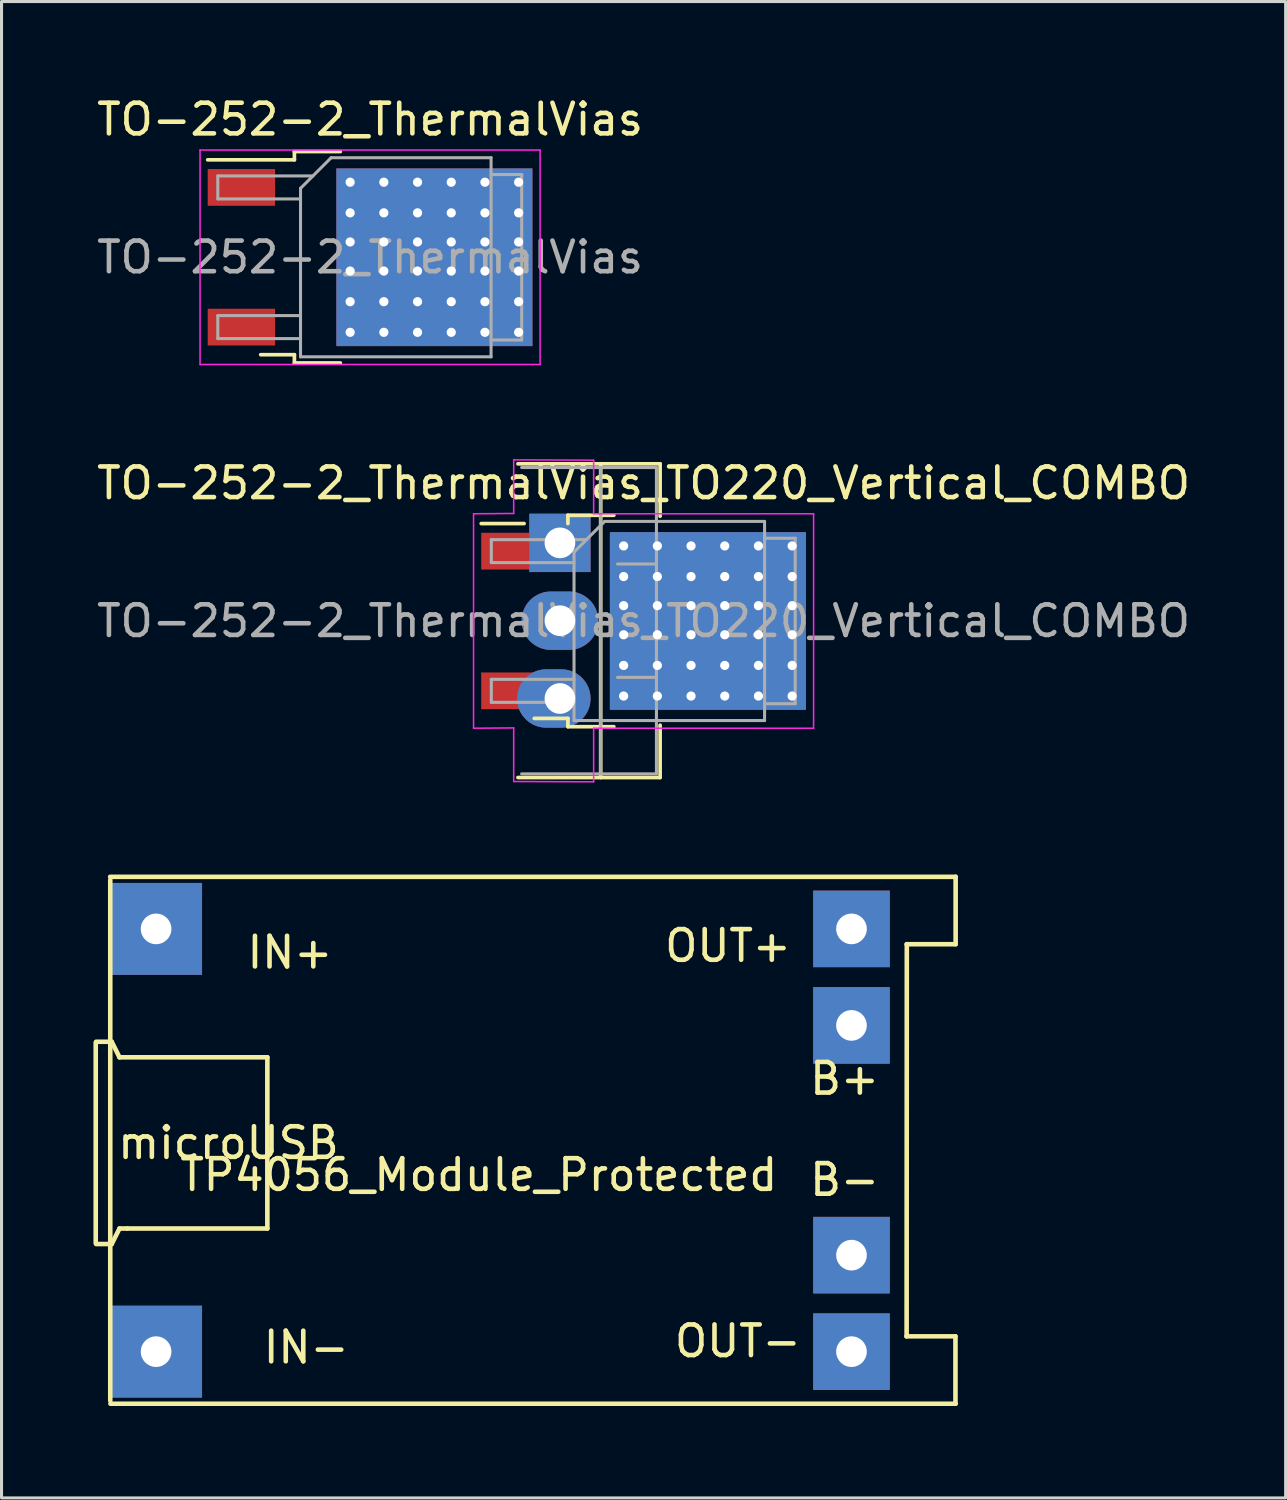
<source format=kicad_pcb>
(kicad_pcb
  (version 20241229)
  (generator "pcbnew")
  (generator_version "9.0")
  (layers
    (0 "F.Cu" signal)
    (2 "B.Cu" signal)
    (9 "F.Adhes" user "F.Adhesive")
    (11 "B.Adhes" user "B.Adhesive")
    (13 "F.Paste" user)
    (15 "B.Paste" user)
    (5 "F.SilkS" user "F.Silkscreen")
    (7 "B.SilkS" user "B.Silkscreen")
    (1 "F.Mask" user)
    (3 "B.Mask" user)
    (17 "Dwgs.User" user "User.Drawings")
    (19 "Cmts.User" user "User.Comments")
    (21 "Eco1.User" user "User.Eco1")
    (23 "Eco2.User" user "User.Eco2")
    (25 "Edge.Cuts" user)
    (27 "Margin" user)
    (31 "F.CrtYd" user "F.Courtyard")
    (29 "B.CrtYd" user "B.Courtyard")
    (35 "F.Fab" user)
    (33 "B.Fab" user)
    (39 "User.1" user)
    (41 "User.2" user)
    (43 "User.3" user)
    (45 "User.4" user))
  (footprint "TP4056_Module_Protected"
    (layer "F.Cu")
    (at 13.845 34.172)
    (property "Reference" "TP4056_Module_Protected" (at -1.266 1.13 0) (layer "F.SilkS") (effects (font (size 1 1) (thickness 0.15))))
    (attr through_hole)
    (fp_line (start -13.77 3.36) (end -13.77 -3.19) (stroke (width 0.15) (type solid)) (layer "F.SilkS"))
    (fp_line (start -13.756 -3.216) (end -13.248 -3.216) (stroke (width 0.15) (type solid)) (layer "F.SilkS"))
    (fp_line (start -13.756 3.388) (end -13.248 3.388) (stroke (width 0.15) (type solid)) (layer "F.SilkS"))
    (fp_line (start -13.3 -8.6) (end 14.3 -8.6) (stroke (width 0.15) (type solid)) (layer "F.SilkS"))
    (fp_line (start -13.296 8.5) (end -13.296 -8.5) (stroke (width 0.15) (type solid)) (layer "F.SilkS"))
    (fp_line (start -13.29 8.6) (end 14.3 8.6) (stroke (width 0.15) (type solid)) (layer "F.SilkS"))
    (fp_line (start -13.248 -3.216) (end -12.994 -2.708) (stroke (width 0.15) (type solid)) (layer "F.SilkS"))
    (fp_line (start -13.248 3.388) (end -12.994 2.88) (stroke (width 0.15) (type solid)) (layer "F.SilkS"))
    (fp_line (start -12.994 -2.708) (end -8.168 -2.708) (stroke (width 0.15) (type solid)) (layer "F.SilkS"))
    (fp_line (start -12.994 2.88) (end -12.74 2.88) (stroke (width 0.15) (type solid)) (layer "F.SilkS"))
    (fp_line (start -8.168 -2.708) (end -8.168 2.88) (stroke (width 0.15) (type solid)) (layer "F.SilkS"))
    (fp_line (start -8.168 2.88) (end -12.74 2.88) (stroke (width 0.15) (type solid)) (layer "F.SilkS"))
    (fp_line (start 12.694 6.4) (end 14.294 6.4) (stroke (width 0.15) (type solid)) (layer "F.SilkS"))
    (fp_line (start 12.706 -6.4) (end 12.7 6.4) (stroke (width 0.15) (type solid)) (layer "F.SilkS"))
    (fp_line (start 14.294 6.4) (end 14.294 8.6) (stroke (width 0.15) (type solid)) (layer "F.SilkS"))
    (fp_line (start 14.3 -8.6) (end 14.3 -6.4) (stroke (width 0.15) (type solid)) (layer "F.SilkS"))
    (fp_line (start 14.3 -6.4) (end 12.7 -6.4) (stroke (width 0.15) (type solid)) (layer "F.SilkS"))
    (fp_text user "B-" (at 10.674 1.29 0) (layer "F.SilkS") (effects (font (size 1 1) (thickness 0.15))))
    (fp_text user "IN+" (at -7.43 -6.13 0) (layer "F.SilkS") (effects (font (size 1 1) (thickness 0.15))))
    (fp_text user "OUT-" (at 7.19 6.556 0) (layer "F.SilkS") (effects (font (size 1 1) (thickness 0.15))))
    (fp_text user "OUT+" (at 6.87 -6.348 0) (layer "F.SilkS") (effects (font (size 1 1) (thickness 0.15))))
    (fp_text user "IN-" (at -6.9 6.76 0) (layer "F.SilkS") (effects (font (size 1 1) (thickness 0.15))))
    (fp_text user "microUSB" (at -9.438 0.086 180) (layer "F.SilkS") (effects (font (size 1 1) (thickness 0.15))))
    (fp_text user "B+" (at 10.674 -2.012 0) (layer "F.SilkS") (effects (font (size 1 1) (thickness 0.15))))
    (pad "1" thru_hole rect (at -11.8 -6.9) (size 3 3) (drill 1) (layers "*.Cu" "*.Mask"))
    (pad "2" thru_hole rect (at -11.8 6.9) (size 3 3) (drill 1) (layers "*.Cu" "*.Mask"))
    (pad "3" thru_hole rect (at 10.9 -3.75) (size 2.5 2.5) (drill 1) (layers "*.Cu" "*.Mask"))
    (pad "4" thru_hole rect (at 10.9 3.75) (size 2.5 2.5) (drill 1) (layers "*.Cu" "*.Mask"))
    (pad "5" thru_hole rect (at 10.9 -6.9) (size 2.5 2.5) (drill 1) (layers "*.Cu" "*.Mask"))
    (pad "6" thru_hole rect (at 10.9 6.9) (size 2.5 2.5) (drill 1) (layers "*.Cu" "*.Mask")))
  (footprint "TO-252-2_ThermalVias"
    (layer "F.Cu")
    (at 9.03 5.348)
    (property "Reference" "TO-252-2_ThermalVias" (at 0 -4.5 0) (layer "F.SilkS") (effects (font (size 1 1) (thickness 0.15))))
    (attr smd)
    (fp_line (start -2.47 -3.45) (end -2.47 -3.18) (stroke (width 0.12) (type solid)) (layer "F.SilkS"))
    (fp_line (start -2.47 -3.18) (end -5.3 -3.18) (stroke (width 0.12) (type solid)) (layer "F.SilkS"))
    (fp_line (start -2.47 3.18) (end -3.57 3.18) (stroke (width 0.12) (type solid)) (layer "F.SilkS"))
    (fp_line (start -2.47 3.45) (end -2.47 3.18) (stroke (width 0.12) (type solid)) (layer "F.SilkS"))
    (fp_line (start -0.97 -3.45) (end -2.47 -3.45) (stroke (width 0.12) (type solid)) (layer "F.SilkS"))
    (fp_line (start -0.97 3.45) (end -2.47 3.45) (stroke (width 0.12) (type solid)) (layer "F.SilkS"))
    (fp_line (start -5.55 -3.5) (end -5.55 3.5) (stroke (width 0.05) (type solid)) (layer "F.CrtYd"))
    (fp_line (start -5.55 3.5) (end 5.55 3.5) (stroke (width 0.05) (type solid)) (layer "F.CrtYd"))
    (fp_line (start 5.55 -3.5) (end -5.55 -3.5) (stroke (width 0.05) (type solid)) (layer "F.CrtYd"))
    (fp_line (start 5.55 3.5) (end 5.55 -3.5) (stroke (width 0.05) (type solid)) (layer "F.CrtYd"))
    (fp_line (start -4.97 -2.655) (end -4.97 -1.905) (stroke (width 0.1) (type solid)) (layer "F.Fab"))
    (fp_line (start -4.97 -1.905) (end -2.27 -1.905) (stroke (width 0.1) (type solid)) (layer "F.Fab"))
    (fp_line (start -4.97 1.905) (end -4.97 2.655) (stroke (width 0.1) (type solid)) (layer "F.Fab"))
    (fp_line (start -4.97 2.655) (end -2.27 2.655) (stroke (width 0.1) (type solid)) (layer "F.Fab"))
    (fp_line (start -2.27 -2.25) (end -1.27 -3.25) (stroke (width 0.1) (type solid)) (layer "F.Fab"))
    (fp_line (start -2.27 1.905) (end -4.97 1.905) (stroke (width 0.1) (type solid)) (layer "F.Fab"))
    (fp_line (start -2.27 3.25) (end -2.27 -2.25) (stroke (width 0.1) (type solid)) (layer "F.Fab"))
    (fp_line (start -1.865 -2.655) (end -4.97 -2.655) (stroke (width 0.1) (type solid)) (layer "F.Fab"))
    (fp_line (start -1.27 -3.25) (end 3.95 -3.25) (stroke (width 0.1) (type solid)) (layer "F.Fab"))
    (fp_line (start 3.95 -3.25) (end 3.95 3.25) (stroke (width 0.1) (type solid)) (layer "F.Fab"))
    (fp_line (start 3.95 -2.7) (end 4.95 -2.7) (stroke (width 0.1) (type solid)) (layer "F.Fab"))
    (fp_line (start 3.95 3.25) (end -2.27 3.25) (stroke (width 0.1) (type solid)) (layer "F.Fab"))
    (fp_line (start 4.95 -2.7) (end 4.95 2.7) (stroke (width 0.1) (type solid)) (layer "F.Fab"))
    (fp_line (start 4.95 2.7) (end 3.95 2.7) (stroke (width 0.1) (type solid)) (layer "F.Fab"))
    (fp_text user "${REFERENCE}" (at 0 0 0) (layer "F.Fab") (effects (font (size 1 1) (thickness 0.15))))
    (pad "" smd rect (at 0.425 -1.525) (size 3.05 2.75) (layers "F.Paste"))
    (pad "" smd rect (at 0.425 1.525) (size 3.05 2.75) (layers "F.Paste"))
    (pad "" smd rect (at 3.775 -1.525) (size 3.05 2.75) (layers "F.Paste"))
    (pad "" smd rect (at 3.775 1.525) (size 3.05 2.75) (layers "F.Paste"))
    (pad "1" smd rect (at -4.2 -2.28) (size 2.2 1.2) (layers "F.Cu" "F.Mask" "F.Paste"))
    (pad "2" thru_hole rect (at -0.65 -2.45) (size 0.6 0.6) (drill 0.3) (layers "*.Cu" "*.Mask"))
    (pad "2" thru_hole rect (at -0.65 -1.45) (size 0.6 0.6) (drill 0.3) (layers "*.Cu" "*.Mask"))
    (pad "2" thru_hole rect (at -0.65 -0.5) (size 0.6 0.6) (drill 0.3) (layers "*.Cu" "*.Mask"))
    (pad "2" thru_hole rect (at -0.65 0.45) (size 0.6 0.6) (drill 0.3) (layers "*.Cu" "*.Mask"))
    (pad "2" thru_hole rect (at -0.65 1.45) (size 0.6 0.6) (drill 0.3) (layers "*.Cu" "*.Mask"))
    (pad "2" thru_hole rect (at -0.65 2.45) (size 0.6 0.6) (drill 0.3) (layers "*.Cu" "*.Mask"))
    (pad "2" thru_hole rect (at 0.45 -2.45 180) (size 1 0.6) (drill 0.3 (offset 0.2 0)) (layers "*.Cu" "*.Mask"))
    (pad "2" thru_hole rect (at 0.45 -1.45 180) (size 1 0.6) (drill 0.3 (offset 0.2 0)) (layers "*.Cu" "*.Mask"))
    (pad "2" thru_hole rect (at 0.45 -0.5 180) (size 1 0.6) (drill 0.3 (offset 0.2 0)) (layers "*.Cu" "*.Mask"))
    (pad "2" thru_hole rect (at 0.45 0.45 180) (size 1 0.6) (drill 0.3 (offset 0.2 0)) (layers "*.Cu" "*.Mask"))
    (pad "2" thru_hole rect (at 0.45 1.45 180) (size 1 0.6) (drill 0.3 (offset 0.2 0)) (layers "*.Cu" "*.Mask"))
    (pad "2" thru_hole rect (at 0.45 2.45 180) (size 1 0.6) (drill 0.3 (offset 0.2 0)) (layers "*.Cu" "*.Mask"))
    (pad "2" thru_hole rect (at 1.55 -2.45 180) (size 1 0.6) (drill 0.3 (offset 0.2 0)) (layers "*.Cu" "*.Mask"))
    (pad "2" thru_hole rect (at 1.55 -1.45 180) (size 1 0.6) (drill 0.3 (offset 0.2 0)) (layers "*.Cu" "*.Mask"))
    (pad "2" thru_hole rect (at 1.55 -0.5 180) (size 1 0.6) (drill 0.3 (offset 0.2 0)) (layers "*.Cu" "*.Mask"))
    (pad "2" thru_hole rect (at 1.55 0.45 180) (size 1 0.6) (drill 0.3 (offset 0.2 0)) (layers "*.Cu" "*.Mask"))
    (pad "2" thru_hole rect (at 1.55 1.45 180) (size 1 0.6) (drill 0.3 (offset 0.2 0)) (layers "*.Cu" "*.Mask"))
    (pad "2" thru_hole rect (at 1.55 2.45 180) (size 1 0.6) (drill 0.3 (offset 0.2 0)) (layers "*.Cu" "*.Mask"))
    (pad "2" smd rect (at 2.1 0) (size 6.4 5.8) (layers "F.Cu" "F.Mask"))
    (pad "2" smd rect (at 2.1 0) (size 6.4 5.8) (layers "B.Cu" "B.Mask"))
    (pad "2" thru_hole rect (at 2.65 -2.45) (size 1 0.6) (drill 0.3) (layers "*.Cu" "*.Mask"))
    (pad "2" thru_hole rect (at 2.65 -1.45) (size 1 0.6) (drill 0.3) (layers "*.Cu" "*.Mask"))
    (pad "2" thru_hole rect (at 2.65 -0.5) (size 1 0.6) (drill 0.3) (layers "*.Cu" "*.Mask"))
    (pad "2" thru_hole rect (at 2.65 0.45) (size 1 0.6) (drill 0.3) (layers "*.Cu" "*.Mask"))
    (pad "2" thru_hole rect (at 2.65 1.45) (size 1 0.6) (drill 0.3) (layers "*.Cu" "*.Mask"))
    (pad "2" thru_hole rect (at 2.65 2.45) (size 1 0.6) (drill 0.3) (layers "*.Cu" "*.Mask"))
    (pad "2" thru_hole rect (at 3.75 -2.45) (size 1 0.6) (drill 0.3 (offset 0.2 0)) (layers "*.Cu" "*.Mask"))
    (pad "2" thru_hole rect (at 3.75 -1.45) (size 1 0.6) (drill 0.3 (offset 0.2 0)) (layers "*.Cu" "*.Mask"))
    (pad "2" thru_hole rect (at 3.75 -0.5) (size 1 0.6) (drill 0.3 (offset 0.2 0)) (layers "*.Cu" "*.Mask"))
    (pad "2" thru_hole rect (at 3.75 0.45) (size 1 0.6) (drill 0.3 (offset 0.2 0)) (layers "*.Cu" "*.Mask"))
    (pad "2" thru_hole rect (at 3.75 1.45) (size 1 0.6) (drill 0.3 (offset 0.2 0)) (layers "*.Cu" "*.Mask"))
    (pad "2" thru_hole rect (at 3.75 2.45) (size 1 0.6) (drill 0.3 (offset 0.2 0)) (layers "*.Cu" "*.Mask"))
    (pad "2" thru_hole rect (at 4.85 -2.45) (size 0.6 0.6) (drill 0.3) (layers "*.Cu" "*.Mask"))
    (pad "2" thru_hole rect (at 4.85 -1.45) (size 0.6 0.6) (drill 0.3) (layers "*.Cu" "*.Mask"))
    (pad "2" thru_hole rect (at 4.85 -0.5) (size 0.6 0.6) (drill 0.3) (layers "*.Cu" "*.Mask"))
    (pad "2" thru_hole rect (at 4.85 0.45) (size 0.6 0.6) (drill 0.3) (layers "*.Cu" "*.Mask"))
    (pad "2" thru_hole rect (at 4.85 1.45) (size 0.6 0.6) (drill 0.3) (layers "*.Cu" "*.Mask"))
    (pad "2" thru_hole rect (at 4.85 2.45) (size 0.6 0.6) (drill 0.3) (layers "*.Cu" "*.Mask"))
    (pad "3" smd rect (at -4.2 2.28) (size 2.2 1.2) (layers "F.Cu" "F.Mask" "F.Paste")))
  (footprint "TO-252-2_ThermalVias_TO220_Vertical_COMBO"
    (layer "F.Cu")
    (at 17.958 17.221)
    (property "Reference" "TO-252-2_ThermalVias_TO220_Vertical_COMBO" (at 0 -4.5 0) (layer "F.SilkS") (effects (font (size 1 1) (thickness 0.15))))
    (attr smd)
    (fp_line (start -3.9 -3.18) (end -5.3 -3.18) (stroke (width 0.12) (type solid)) (layer "F.SilkS"))
    (fp_line (start -2.47 -3.45) (end -2.47 -3.18) (stroke (width 0.12) (type solid)) (layer "F.SilkS"))
    (fp_line (start -2.47 3.18) (end -3.57 3.18) (stroke (width 0.12) (type solid)) (layer "F.SilkS"))
    (fp_line (start -2.47 3.45) (end -2.47 3.18) (stroke (width 0.12) (type solid)) (layer "F.SilkS"))
    (fp_line (start -1.4 -5.13) (end -1.4 5.11) (stroke (width 0.12) (type solid)) (layer "F.SilkS"))
    (fp_line (start -0.97 -3.45) (end -2.47 -3.45) (stroke (width 0.12) (type solid)) (layer "F.SilkS"))
    (fp_line (start -0.97 3.45) (end -2.47 3.45) (stroke (width 0.12) (type solid)) (layer "F.SilkS"))
    (fp_line (start 0.54 -5.13) (end -4.101 -5.13) (stroke (width 0.12) (type solid)) (layer "F.SilkS"))
    (fp_line (start 0.54 -5.13) (end 0.54 -3.42) (stroke (width 0.12) (type solid)) (layer "F.SilkS"))
    (fp_line (start 0.54 3.4) (end 0.54 5.11) (stroke (width 0.12) (type solid)) (layer "F.SilkS"))
    (fp_line (start 0.54 5.11) (end -4.101 5.11) (stroke (width 0.12) (type solid)) (layer "F.SilkS"))
    (fp_line (start -5.55 -3.5) (end -5.55 3.5) (stroke (width 0.05) (type solid)) (layer "F.CrtYd"))
    (fp_line (start -4.24 -3.51) (end -5.55 -3.5) (stroke (width 0.05) (type solid)) (layer "F.CrtYd"))
    (fp_line (start -4.24 -3.51) (end -4.24 -5.26) (stroke (width 0.05) (type solid)) (layer "F.CrtYd"))
    (fp_line (start -4.24 3.49) (end -5.55 3.5) (stroke (width 0.05) (type solid)) (layer "F.CrtYd"))
    (fp_line (start -4.24 3.49) (end -4.24 5.24) (stroke (width 0.05) (type solid)) (layer "F.CrtYd"))
    (fp_line (start -4.24 5.24) (end -1.63 5.25) (stroke (width 0.05) (type solid)) (layer "F.CrtYd"))
    (fp_line (start -1.63 -5.25) (end -4.24 -5.26) (stroke (width 0.05) (type solid)) (layer "F.CrtYd"))
    (fp_line (start -1.63 -3.5) (end -1.63 -5.25) (stroke (width 0.05) (type solid)) (layer "F.CrtYd"))
    (fp_line (start -1.63 3.5) (end 5.55 3.5) (stroke (width 0.05) (type solid)) (layer "F.CrtYd"))
    (fp_line (start -1.63 5.25) (end -1.63 3.5) (stroke (width 0.05) (type solid)) (layer "F.CrtYd"))
    (fp_line (start 5.55 -3.5) (end -1.63 -3.5) (stroke (width 0.05) (type solid)) (layer "F.CrtYd"))
    (fp_line (start 5.55 3.5) (end 5.55 -3.5) (stroke (width 0.05) (type solid)) (layer "F.CrtYd"))
    (fp_line (start -4.97 -2.655) (end -4.97 -1.905) (stroke (width 0.1) (type solid)) (layer "F.Fab"))
    (fp_line (start -4.97 -1.905) (end -2.27 -1.905) (stroke (width 0.1) (type solid)) (layer "F.Fab"))
    (fp_line (start -4.97 1.905) (end -4.97 2.655) (stroke (width 0.1) (type solid)) (layer "F.Fab"))
    (fp_line (start -4.97 2.655) (end -2.27 2.655) (stroke (width 0.1) (type solid)) (layer "F.Fab"))
    (fp_line (start -3.98 4.99) (end 0.42 4.99) (stroke (width 0.1) (type solid)) (layer "F.Fab"))
    (fp_line (start -2.27 -2.25) (end -1.27 -3.25) (stroke (width 0.1) (type solid)) (layer "F.Fab"))
    (fp_line (start -2.27 1.905) (end -4.97 1.905) (stroke (width 0.1) (type solid)) (layer "F.Fab"))
    (fp_line (start -2.27 3.25) (end -2.27 -2.25) (stroke (width 0.1) (type solid)) (layer "F.Fab"))
    (fp_line (start -1.865 -2.655) (end -4.97 -2.655) (stroke (width 0.1) (type solid)) (layer "F.Fab"))
    (fp_line (start -1.4 -5.01) (end -1.4 4.99) (stroke (width 0.1) (type solid)) (layer "F.Fab"))
    (fp_line (start -1.27 -3.25) (end 3.95 -3.25) (stroke (width 0.1) (type solid)) (layer "F.Fab"))
    (fp_line (start 0.42 -5.01) (end -3.98 -5.01) (stroke (width 0.1) (type solid)) (layer "F.Fab"))
    (fp_line (start 0.42 -1.86) (end -0.85 -1.86) (stroke (width 0.1) (type solid)) (layer "F.Fab"))
    (fp_line (start 0.42 1.84) (end -0.85 1.84) (stroke (width 0.1) (type solid)) (layer "F.Fab"))
    (fp_line (start 0.42 4.99) (end 0.42 -5.01) (stroke (width 0.1) (type solid)) (layer "F.Fab"))
    (fp_line (start 3.95 -3.25) (end 3.95 3.25) (stroke (width 0.1) (type solid)) (layer "F.Fab"))
    (fp_line (start 3.95 -2.7) (end 4.95 -2.7) (stroke (width 0.1) (type solid)) (layer "F.Fab"))
    (fp_line (start 3.95 3.25) (end -2.27 3.25) (stroke (width 0.1) (type solid)) (layer "F.Fab"))
    (fp_line (start 4.95 -2.7) (end 4.95 2.7) (stroke (width 0.1) (type solid)) (layer "F.Fab"))
    (fp_line (start 4.95 2.7) (end 3.95 2.7) (stroke (width 0.1) (type solid)) (layer "F.Fab"))
    (fp_text user "${REFERENCE}" (at 0 0 0) (layer "F.Fab") (effects (font (size 1 1) (thickness 0.15))))
    (pad "" smd rect (at 0.425 -1.525) (size 3.05 2.75) (layers "F.Paste"))
    (pad "" smd rect (at 0.425 1.525) (size 3.05 2.75) (layers "F.Paste"))
    (pad "" smd rect (at 3.775 -1.525) (size 3.05 2.75) (layers "F.Paste"))
    (pad "" smd rect (at 3.775 1.525) (size 3.05 2.75) (layers "F.Paste"))
    (pad "1" smd rect (at -4.2 -2.28) (size 2.2 1.2) (layers "F.Cu" "F.Mask" "F.Paste"))
    (pad "1" thru_hole rect (at -2.73 -2.55 270) (size 1.905 2) (drill 1) (layers "*.Cu" "*.Mask"))
    (pad "2" thru_hole oval (at -2.73 -0.01 270) (size 1.905 2.5) (drill 1) (layers "*.Cu" "*.Mask"))
    (pad "2" thru_hole rect (at -0.65 -2.45) (size 0.6 0.6) (drill 0.3) (layers "*.Cu" "*.Mask"))
    (pad "2" thru_hole rect (at -0.65 -1.45) (size 0.6 0.6) (drill 0.3) (layers "*.Cu" "*.Mask"))
    (pad "2" thru_hole rect (at -0.65 -0.5) (size 0.6 0.6) (drill 0.3) (layers "*.Cu" "*.Mask"))
    (pad "2" thru_hole rect (at -0.65 0.45) (size 0.6 0.6) (drill 0.3) (layers "*.Cu" "*.Mask"))
    (pad "2" thru_hole rect (at -0.65 1.45) (size 0.6 0.6) (drill 0.3) (layers "*.Cu" "*.Mask"))
    (pad "2" thru_hole rect (at -0.65 2.45) (size 0.6 0.6) (drill 0.3) (layers "*.Cu" "*.Mask"))
    (pad "2" thru_hole rect (at 0.45 -2.45 180) (size 1 0.6) (drill 0.3 (offset 0.2 0)) (layers "*.Cu" "*.Mask"))
    (pad "2" thru_hole rect (at 0.45 -1.45 180) (size 1 0.6) (drill 0.3 (offset 0.2 0)) (layers "*.Cu" "*.Mask"))
    (pad "2" thru_hole rect (at 0.45 -0.5 180) (size 1 0.6) (drill 0.3 (offset 0.2 0)) (layers "*.Cu" "*.Mask"))
    (pad "2" thru_hole rect (at 0.45 0.45 180) (size 1 0.6) (drill 0.3 (offset 0.2 0)) (layers "*.Cu" "*.Mask"))
    (pad "2" thru_hole rect (at 0.45 1.45 180) (size 1 0.6) (drill 0.3 (offset 0.2 0)) (layers "*.Cu" "*.Mask"))
    (pad "2" thru_hole rect (at 0.45 2.45 180) (size 1 0.6) (drill 0.3 (offset 0.2 0)) (layers "*.Cu" "*.Mask"))
    (pad "2" thru_hole rect (at 1.55 -2.45 180) (size 1 0.6) (drill 0.3 (offset 0.2 0)) (layers "*.Cu" "*.Mask"))
    (pad "2" thru_hole rect (at 1.55 -1.45 180) (size 1 0.6) (drill 0.3 (offset 0.2 0)) (layers "*.Cu" "*.Mask"))
    (pad "2" thru_hole rect (at 1.55 -0.5 180) (size 1 0.6) (drill 0.3 (offset 0.2 0)) (layers "*.Cu" "*.Mask"))
    (pad "2" thru_hole rect (at 1.55 0.45 180) (size 1 0.6) (drill 0.3 (offset 0.2 0)) (layers "*.Cu" "*.Mask"))
    (pad "2" thru_hole rect (at 1.55 1.45 180) (size 1 0.6) (drill 0.3 (offset 0.2 0)) (layers "*.Cu" "*.Mask"))
    (pad "2" thru_hole rect (at 1.55 2.45 180) (size 1 0.6) (drill 0.3 (offset 0.2 0)) (layers "*.Cu" "*.Mask"))
    (pad "2" smd rect (at 2.1 0) (size 6.4 5.8) (layers "F.Cu" "F.Mask"))
    (pad "2" smd rect (at 2.1 0) (size 6.4 5.8) (layers "B.Cu" "B.Mask"))
    (pad "2" thru_hole rect (at 2.65 -2.45) (size 1 0.6) (drill 0.3) (layers "*.Cu" "*.Mask"))
    (pad "2" thru_hole rect (at 2.65 -1.45) (size 1 0.6) (drill 0.3) (layers "*.Cu" "*.Mask"))
    (pad "2" thru_hole rect (at 2.65 -0.5) (size 1 0.6) (drill 0.3) (layers "*.Cu" "*.Mask"))
    (pad "2" thru_hole rect (at 2.65 0.45) (size 1 0.6) (drill 0.3) (layers "*.Cu" "*.Mask"))
    (pad "2" thru_hole rect (at 2.65 1.45) (size 1 0.6) (drill 0.3) (layers "*.Cu" "*.Mask"))
    (pad "2" thru_hole rect (at 2.65 2.45) (size 1 0.6) (drill 0.3) (layers "*.Cu" "*.Mask"))
    (pad "2" thru_hole rect (at 3.75 -2.45) (size 1 0.6) (drill 0.3 (offset 0.2 0)) (layers "*.Cu" "*.Mask"))
    (pad "2" thru_hole rect (at 3.75 -1.45) (size 1 0.6) (drill 0.3 (offset 0.2 0)) (layers "*.Cu" "*.Mask"))
    (pad "2" thru_hole rect (at 3.75 -0.5) (size 1 0.6) (drill 0.3 (offset 0.2 0)) (layers "*.Cu" "*.Mask"))
    (pad "2" thru_hole rect (at 3.75 0.45) (size 1 0.6) (drill 0.3 (offset 0.2 0)) (layers "*.Cu" "*.Mask"))
    (pad "2" thru_hole rect (at 3.75 1.45) (size 1 0.6) (drill 0.3 (offset 0.2 0)) (layers "*.Cu" "*.Mask"))
    (pad "2" thru_hole rect (at 3.75 2.45) (size 1 0.6) (drill 0.3 (offset 0.2 0)) (layers "*.Cu" "*.Mask"))
    (pad "2" thru_hole rect (at 4.85 -2.45) (size 0.6 0.6) (drill 0.3) (layers "*.Cu" "*.Mask"))
    (pad "2" thru_hole rect (at 4.85 -1.45) (size 0.6 0.6) (drill 0.3) (layers "*.Cu" "*.Mask"))
    (pad "2" thru_hole rect (at 4.85 -0.5) (size 0.6 0.6) (drill 0.3) (layers "*.Cu" "*.Mask"))
    (pad "2" thru_hole rect (at 4.85 0.45) (size 0.6 0.6) (drill 0.3) (layers "*.Cu" "*.Mask"))
    (pad "2" thru_hole rect (at 4.85 1.45) (size 0.6 0.6) (drill 0.3) (layers "*.Cu" "*.Mask"))
    (pad "2" thru_hole rect (at 4.85 2.45) (size 0.6 0.6) (drill 0.3) (layers "*.Cu" "*.Mask"))
    (pad "3" smd rect (at -4.2 2.28) (size 2.2 1.2) (layers "F.Cu" "F.Mask" "F.Paste"))
    (pad "3" thru_hole oval (at -2.73 2.53 270) (size 1.905 2.4) (drill 1 (offset 0 0.2)) (layers "*.Cu" "*.Mask")))
  (gr_rect
    (start -3 -3)
    (end 38.917 45.846)
    (stroke (width 0.1) (type default))
    (fill no)
    (layer "Edge.Cuts")))
</source>
